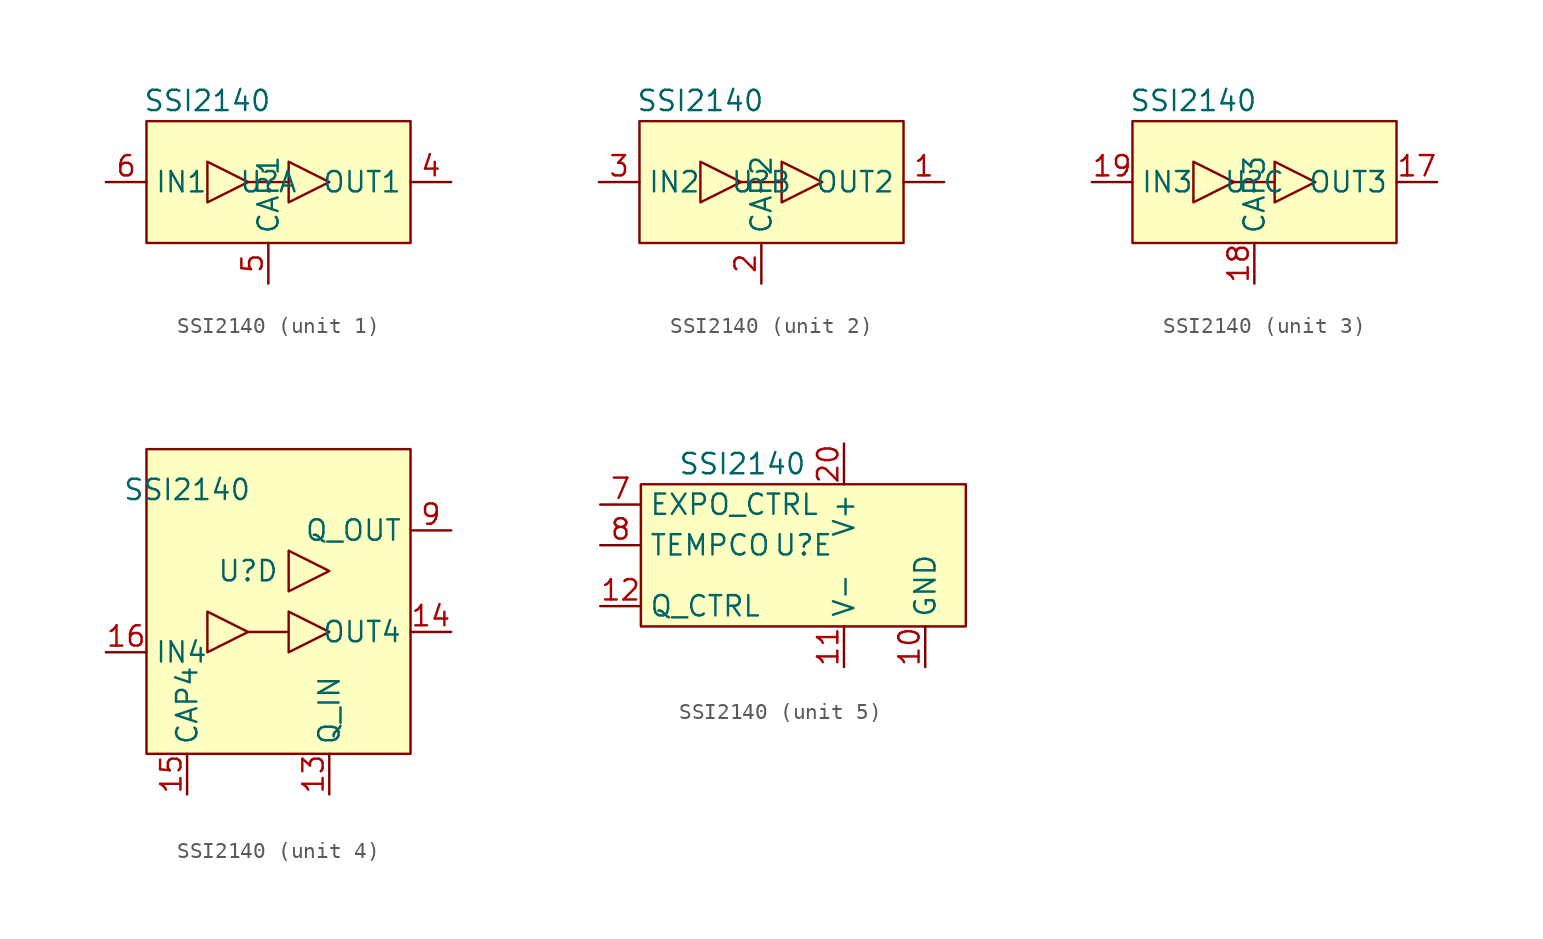
<source format=kicad_sym>
(kicad_symbol_lib
  (version 20220914)
  (generator kicad_symbol_editor)
  (symbol "SSI2140"
    (property "Reference" "U"
      (at 0 0 0)
      (effects (font (size 1.27 1.27))))
    (property "Value" "SSI2140"
      (at -3.81 5.08 0)
      (effects (font (size 1.27 1.27))))
    (property "ki_locked" ""
      (at 0 0 0)
      (effects (font (size 1.27 1.27))))
    (symbol "SSI2140_1_1"
      (rectangle (start -7.62 3.81) (end 8.89 -3.81) (stroke (width 0) (type default)) (fill (type background)))
      (polyline (pts (xy -1.27 0) (xy 1.27 0)) (stroke (width 0) (type default)) (fill (type none)))
      (polyline (pts (xy -3.81 1.27) (xy -3.81 -1.27) (xy -1.27 0) (xy -3.81 1.27)) (stroke (width 0) (type default)) (fill (type none)))
      (polyline (pts (xy 1.27 1.27) (xy 1.27 -1.27) (xy 3.81 0) (xy 1.27 1.27)) (stroke (width 0) (type default)) (fill (type none)))
      (pin output line (at 11.43 0 180) (length 2.54) (name "OUT1" (effects (font (size 1.27 1.27)))) (number "4" (effects (font (size 1.27 1.27)))))
      (pin output line (at 0 -6.35 90) (length 2.54) (name "CAP1" (effects (font (size 1.27 1.27)))) (number "5" (effects (font (size 1.27 1.27)))))
      (pin input line (at -10.16 0 0) (length 2.54) (name "IN1" (effects (font (size 1.27 1.27)))) (number "6" (effects (font (size 1.27 1.27))))))
    (symbol "SSI2140_2_1"
      (rectangle (start -7.62 3.81) (end 8.89 -3.81) (stroke (width 0) (type default)) (fill (type background)))
      (polyline (pts (xy -1.27 0) (xy 1.27 0)) (stroke (width 0) (type default)) (fill (type none)))
      (polyline (pts (xy -3.81 1.27) (xy -3.81 -1.27) (xy -1.27 0) (xy -3.81 1.27)) (stroke (width 0) (type default)) (fill (type none)))
      (polyline (pts (xy 1.27 1.27) (xy 1.27 -1.27) (xy 3.81 0) (xy 1.27 1.27)) (stroke (width 0) (type default)) (fill (type none)))
      (pin output line (at 11.43 0 180) (length 2.54) (name "OUT2" (effects (font (size 1.27 1.27)))) (number "1" (effects (font (size 1.27 1.27)))))
      (pin output line (at 0 -6.35 90) (length 2.54) (name "CAP2" (effects (font (size 1.27 1.27)))) (number "2" (effects (font (size 1.27 1.27)))))
      (pin input line (at -10.16 0 0) (length 2.54) (name "IN2" (effects (font (size 1.27 1.27)))) (number "3" (effects (font (size 1.27 1.27))))))
    (symbol "SSI2140_3_1"
      (rectangle (start -7.62 3.81) (end 8.89 -3.81) (stroke (width 0) (type default)) (fill (type background)))
      (polyline (pts (xy -1.27 0) (xy 1.27 0)) (stroke (width 0) (type default)) (fill (type none)))
      (polyline (pts (xy -3.81 1.27) (xy -3.81 -1.27) (xy -1.27 0) (xy -3.81 1.27)) (stroke (width 0) (type default)) (fill (type none)))
      (polyline (pts (xy 1.27 1.27) (xy 1.27 -1.27) (xy 3.81 0) (xy 1.27 1.27)) (stroke (width 0) (type default)) (fill (type none)))
      (pin output line (at 11.43 0 180) (length 2.54) (name "OUT3" (effects (font (size 1.27 1.27)))) (number "17" (effects (font (size 1.27 1.27)))))
      (pin output line (at 0 -6.35 90) (length 2.54) (name "CAP3" (effects (font (size 1.27 1.27)))) (number "18" (effects (font (size 1.27 1.27)))))
      (pin input line (at -10.16 0 0) (length 2.54) (name "IN3" (effects (font (size 1.27 1.27)))) (number "19" (effects (font (size 1.27 1.27))))))
    (symbol "SSI2140_4_1"
      (rectangle (start -6.35 7.62) (end 10.16 -11.43) (stroke (width 0) (type default)) (fill (type background)))
      (polyline (pts (xy 0 -3.81) (xy 2.54 -3.81)) (stroke (width 0) (type default)) (fill (type none)))
      (polyline (pts (xy -2.54 -2.54) (xy -2.54 -5.08) (xy 0 -3.81) (xy -2.54 -2.54)) (stroke (width 0) (type default)) (fill (type none)))
      (polyline (pts (xy 2.54 -2.54) (xy 2.54 -5.08) (xy 5.08 -3.81) (xy 2.54 -2.54)) (stroke (width 0) (type default)) (fill (type none)))
      (polyline (pts (xy 2.54 1.27) (xy 2.54 -1.27) (xy 5.08 0) (xy 2.54 1.27)) (stroke (width 0) (type default)) (fill (type none)))
      (pin input line (at 5.08 -13.97 90) (length 2.54) (name "Q_IN" (effects (font (size 1.27 1.27)))) (number "13" (effects (font (size 1.27 1.27)))))
      (pin output line (at 12.7 -3.81 180) (length 2.54) (name "OUT4" (effects (font (size 1.27 1.27)))) (number "14" (effects (font (size 1.27 1.27)))))
      (pin output line (at -3.81 -13.97 90) (length 2.54) (name "CAP4" (effects (font (size 1.27 1.27)))) (number "15" (effects (font (size 1.27 1.27)))))
      (pin input line (at -8.89 -5.08 0) (length 2.54) (name "IN4" (effects (font (size 1.27 1.27)))) (number "16" (effects (font (size 1.27 1.27)))))
      (pin output line (at 12.7 2.54 180) (length 2.54) (name "Q_OUT" (effects (font (size 1.27 1.27)))) (number "9" (effects (font (size 1.27 1.27))))))
    (symbol "SSI2140_5_1"
      (rectangle (start -10.16 3.81) (end 10.16 -5.08) (stroke (width 0) (type default)) (fill (type background)))
      (pin power_in line (at 7.62 -7.62 90) (length 2.54) (name "GND" (effects (font (size 1.27 1.27)))) (number "10" (effects (font (size 1.27 1.27)))))
      (pin power_in line (at 2.54 -7.62 90) (length 2.54) (name "V-" (effects (font (size 1.27 1.27)))) (number "11" (effects (font (size 1.27 1.27)))))
      (pin input line (at -12.7 -3.81 0) (length 2.54) (name "Q_CTRL" (effects (font (size 1.27 1.27)))) (number "12" (effects (font (size 1.27 1.27)))))
      (pin power_in line (at 2.54 6.35 270) (length 2.54) (name "V+" (effects (font (size 1.27 1.27)))) (number "20" (effects (font (size 1.27 1.27)))))
      (pin input line (at -12.7 2.54 0) (length 2.54) (name "EXPO_CTRL" (effects (font (size 1.27 1.27)))) (number "7" (effects (font (size 1.27 1.27)))))
      (pin input line (at -12.7 0 0) (length 2.54) (name "TEMPCO" (effects (font (size 1.27 1.27)))) (number "8" (effects (font (size 1.27 1.27))))))))
</source>
